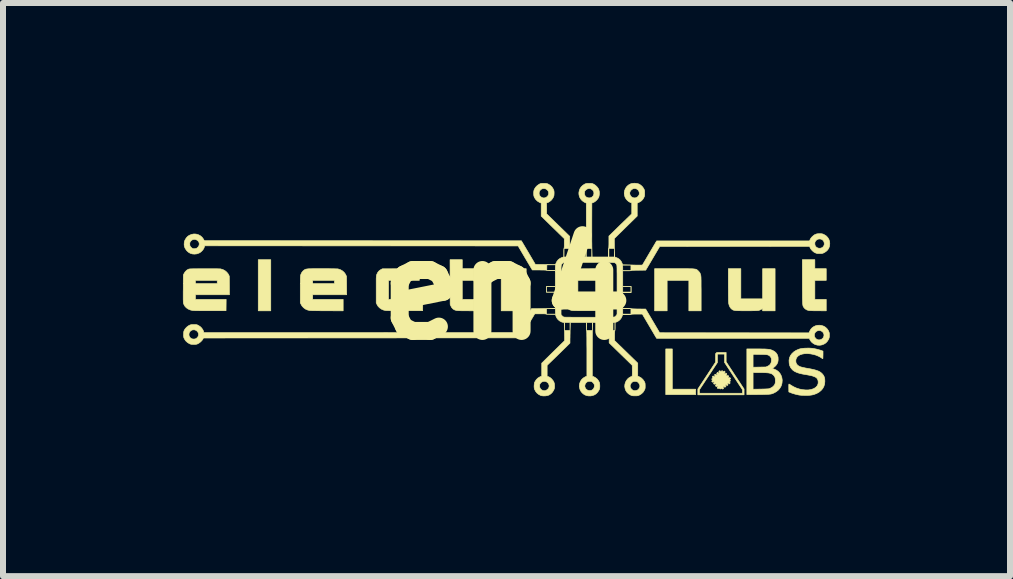
<source format=kicad_pcb>
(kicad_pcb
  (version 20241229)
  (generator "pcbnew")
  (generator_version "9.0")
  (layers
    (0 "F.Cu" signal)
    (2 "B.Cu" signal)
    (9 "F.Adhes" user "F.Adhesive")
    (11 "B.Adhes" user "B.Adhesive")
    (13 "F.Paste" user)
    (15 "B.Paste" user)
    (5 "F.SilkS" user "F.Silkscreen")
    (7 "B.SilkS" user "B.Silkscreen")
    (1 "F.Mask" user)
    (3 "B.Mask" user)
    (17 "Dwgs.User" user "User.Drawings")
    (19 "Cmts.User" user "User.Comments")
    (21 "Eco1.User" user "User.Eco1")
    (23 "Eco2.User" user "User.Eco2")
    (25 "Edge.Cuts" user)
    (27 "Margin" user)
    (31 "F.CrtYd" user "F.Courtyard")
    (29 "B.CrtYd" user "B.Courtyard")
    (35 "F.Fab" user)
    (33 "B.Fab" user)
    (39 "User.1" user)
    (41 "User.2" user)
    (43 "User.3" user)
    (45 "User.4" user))
  (footprint "en4"
    (layer "F.Cu")
    (at 5.393 1.779)
    (property "Reference" "en4" (at 0 0 0) (layer "F.SilkS") (effects (font (size 1.524 1.524) (thickness 0.3))))
    (attr through_hole)
    (fp_poly (pts (xy -3.928 0.354) (xy -4.137 0.354) (xy -4.137 -0.499) (xy -3.928 -0.499) (xy -3.928 0.354)) (stroke (width 0.01) (type solid)) (fill yes) (layer "F.SilkS"))
    (fp_poly (pts (xy 2.767 1.66) (xy 3.157 1.66) (xy 3.157 1.751) (xy 2.658 1.751) (xy 2.658 0.989) (xy 2.767 0.989) (xy 2.767 1.66)) (stroke (width 0.01) (type solid)) (fill yes) (layer "F.SilkS"))
    (fp_poly (pts (xy 0.122 -0.313) (xy 0.142 -0.325) (xy 0.158 -0.334) (xy 0.174 -0.341) (xy 0.192 -0.345) (xy 0.214 -0.348) (xy 0.242 -0.349) (xy 0.266 -0.349) (xy 0.331 -0.349) (xy 0.331 -0.154) (xy 0.122 -0.154) (xy 0.122 0.354) (xy -0.086 0.354) (xy -0.086 -0.349) (xy 0.122 -0.349) (xy 0.122 -0.313)) (stroke (width 0.01) (type solid)) (fill yes) (layer "F.SilkS"))
    (fp_poly (pts (xy -0.735 -0.349) (xy -0.54 -0.349) (xy -0.54 -0.154) (xy -0.735 -0.154) (xy -0.735 0.163) (xy -0.54 0.163) (xy -0.54 0.354) (xy -0.672 0.353) (xy -0.707 0.353) (xy -0.741 0.353) (xy -0.771 0.352) (xy -0.796 0.351) (xy -0.815 0.35) (xy -0.827 0.349) (xy -0.828 0.349) (xy -0.86 0.34) (xy -0.888 0.324) (xy -0.911 0.3) (xy -0.926 0.272) (xy -0.937 0.247) (xy -0.938 -0.126) (xy -0.939 -0.499) (xy -0.735 -0.499) (xy -0.735 -0.349)) (stroke (width 0.01) (type solid)) (fill yes) (layer "F.SilkS"))
    (fp_poly (pts (xy 5.144 -0.349) (xy 5.334 -0.349) (xy 5.334 -0.154) (xy 5.144 -0.154) (xy 5.144 0.163) (xy 5.334 0.163) (xy 5.334 0.354) (xy 5.201 0.353) (xy 5.166 0.353) (xy 5.133 0.353) (xy 5.103 0.352) (xy 5.078 0.351) (xy 5.059 0.35) (xy 5.047 0.349) (xy 5.046 0.349) (xy 5.013 0.34) (xy 4.985 0.323) (xy 4.969 0.308) (xy 4.964 0.301) (xy 4.959 0.295) (xy 4.955 0.29) (xy 4.951 0.283) (xy 4.948 0.275) (xy 4.945 0.266) (xy 4.943 0.253) (xy 4.941 0.238) (xy 4.94 0.219) (xy 4.939 0.196) (xy 4.938 0.168) (xy 4.937 0.135) (xy 4.937 0.095) (xy 4.937 0.049) (xy 4.936 -0.005) (xy 4.936 -0.067) (xy 4.936 -0.128) (xy 4.935 -0.499) (xy 5.144 -0.499) (xy 5.144 -0.349)) (stroke (width 0.01) (type solid)) (fill yes) (layer "F.SilkS"))
    (fp_poly (pts (xy 3.665 1.204) (xy 3.814 1.431) (xy 3.964 1.658) (xy 3.964 1.707) (xy 3.964 1.755) (xy 3.193 1.755) (xy 3.193 1.669) (xy 3.22 1.669) (xy 3.22 1.728) (xy 3.937 1.728) (xy 3.937 1.67) (xy 3.787 1.442) (xy 3.638 1.215) (xy 3.638 1.075) (xy 3.52 1.075) (xy 3.52 1.215) (xy 3.37 1.442) (xy 3.22 1.669) (xy 3.193 1.669) (xy 3.193 1.658) (xy 3.341 1.434) (xy 3.488 1.21) (xy 3.488 1.136) (xy 3.488 1.108) (xy 3.488 1.088) (xy 3.489 1.074) (xy 3.491 1.066) (xy 3.493 1.062) (xy 3.495 1.061) (xy 3.501 1.058) (xy 3.502 1.055) (xy 3.503 1.052) (xy 3.507 1.05) (xy 3.515 1.049) (xy 3.529 1.048) (xy 3.55 1.048) (xy 3.578 1.048) (xy 3.583 1.048) (xy 3.665 1.048) (xy 3.665 1.204)) (stroke (width 0.01) (type solid)) (fill yes) (layer "F.SilkS"))
    (fp_poly (pts (xy 2.923 -0.349) (xy 2.973 -0.349) (xy 3.015 -0.349) (xy 3.051 -0.348) (xy 3.081 -0.348) (xy 3.106 -0.347) (xy 3.126 -0.345) (xy 3.142 -0.343) (xy 3.156 -0.341) (xy 3.166 -0.338) (xy 3.174 -0.334) (xy 3.181 -0.329) (xy 3.188 -0.324) (xy 3.194 -0.318) (xy 3.201 -0.311) (xy 3.203 -0.309) (xy 3.218 -0.292) (xy 3.228 -0.278) (xy 3.235 -0.261) (xy 3.238 -0.252) (xy 3.24 -0.245) (xy 3.242 -0.239) (xy 3.243 -0.231) (xy 3.244 -0.223) (xy 3.245 -0.211) (xy 3.246 -0.197) (xy 3.246 -0.179) (xy 3.247 -0.157) (xy 3.247 -0.13) (xy 3.247 -0.096) (xy 3.247 -0.056) (xy 3.248 -0.008) (xy 3.248 0.047) (xy 3.248 0.066) (xy 3.248 0.354) (xy 3.043 0.354) (xy 3.043 -0.154) (xy 2.681 -0.154) (xy 2.681 0.354) (xy 2.472 0.354) (xy 2.472 -0.349) (xy 2.8 -0.349) (xy 2.866 -0.349) (xy 2.923 -0.349)) (stroke (width 0.01) (type solid)) (fill yes) (layer "F.SilkS"))
    (fp_poly (pts (xy -1.451 -0.154) (xy -1.964 -0.154) (xy -1.964 0.163) (xy -1.392 0.163) (xy -1.394 0.257) (xy -1.395 0.352) (xy -1.687 0.352) (xy -1.739 0.352) (xy -1.789 0.352) (xy -1.836 0.352) (xy -1.879 0.352) (xy -1.917 0.351) (xy -1.951 0.351) (xy -1.978 0.35) (xy -1.997 0.35) (xy -2.009 0.349) (xy -2.011 0.349) (xy -2.048 0.341) (xy -2.084 0.325) (xy -2.115 0.303) (xy -2.14 0.277) (xy -2.157 0.248) (xy -2.17 0.22) (xy -2.17 -0.002) (xy -2.17 -0.053) (xy -2.17 -0.095) (xy -2.17 -0.13) (xy -2.17 -0.159) (xy -2.17 -0.182) (xy -2.169 -0.2) (xy -2.168 -0.214) (xy -2.167 -0.225) (xy -2.166 -0.234) (xy -2.164 -0.241) (xy -2.162 -0.248) (xy -2.16 -0.255) (xy -2.16 -0.255) (xy -2.144 -0.287) (xy -2.121 -0.314) (xy -2.092 -0.334) (xy -2.089 -0.336) (xy -2.066 -0.347) (xy -1.759 -0.348) (xy -1.451 -0.349) (xy -1.451 -0.154)) (stroke (width 0.01) (type solid)) (fill yes) (layer "F.SilkS"))
    (fp_poly (pts (xy 3.91 0.154) (xy 4.273 0.154) (xy 4.273 -0.349) (xy 4.481 -0.349) (xy 4.481 0.354) (xy 4.273 0.354) (xy 4.273 0.336) (xy 4.272 0.324) (xy 4.271 0.318) (xy 4.271 0.318) (xy 4.266 0.32) (xy 4.256 0.325) (xy 4.247 0.331) (xy 4.226 0.341) (xy 4.202 0.349) (xy 4.198 0.349) (xy 4.186 0.35) (xy 4.168 0.351) (xy 4.142 0.352) (xy 4.112 0.352) (xy 4.077 0.353) (xy 4.041 0.353) (xy 4.003 0.353) (xy 3.965 0.353) (xy 3.929 0.353) (xy 3.895 0.352) (xy 3.866 0.352) (xy 3.842 0.351) (xy 3.824 0.35) (xy 3.817 0.349) (xy 3.794 0.345) (xy 3.776 0.338) (xy 3.76 0.327) (xy 3.749 0.318) (xy 3.73 0.294) (xy 3.716 0.265) (xy 3.707 0.23) (xy 3.706 0.221) (xy 3.705 0.211) (xy 3.704 0.192) (xy 3.703 0.166) (xy 3.703 0.134) (xy 3.702 0.096) (xy 3.702 0.054) (xy 3.702 0.009) (xy 3.701 -0.04) (xy 3.701 -0.081) (xy 3.701 -0.349) (xy 3.91 -0.349) (xy 3.91 0.154)) (stroke (width 0.01) (type solid)) (fill yes) (layer "F.SilkS"))
    (fp_poly (pts (xy -3.02 -0.349) (xy -2.972 -0.349) (xy -2.928 -0.348) (xy -2.89 -0.348) (xy -2.858 -0.347) (xy -2.833 -0.346) (xy -2.816 -0.346) (xy -2.807 -0.345) (xy -2.769 -0.333) (xy -2.735 -0.314) (xy -2.706 -0.289) (xy -2.683 -0.258) (xy -2.677 -0.246) (xy -2.665 -0.22) (xy -2.662 0.086) (xy -3.229 0.086) (xy -3.229 0.163) (xy -2.721 0.163) (xy -2.721 0.354) (xy -2.983 0.353) (xy -3.032 0.353) (xy -3.079 0.353) (xy -3.124 0.352) (xy -3.164 0.352) (xy -3.2 0.351) (xy -3.23 0.351) (xy -3.254 0.35) (xy -3.27 0.349) (xy -3.276 0.349) (xy -3.315 0.34) (xy -3.351 0.324) (xy -3.382 0.301) (xy -3.408 0.272) (xy -3.421 0.25) (xy -3.436 0.22) (xy -3.436 -0.002) (xy -3.436 -0.054) (xy -3.436 -0.097) (xy -3.435 -0.133) (xy -3.435 -0.154) (xy -3.229 -0.154) (xy -3.229 -0.1) (xy -2.867 -0.1) (xy -2.867 -0.154) (xy -3.229 -0.154) (xy -3.435 -0.154) (xy -3.435 -0.162) (xy -3.435 -0.186) (xy -3.434 -0.204) (xy -3.433 -0.219) (xy -3.432 -0.23) (xy -3.431 -0.239) (xy -3.429 -0.246) (xy -3.428 -0.249) (xy -3.414 -0.281) (xy -3.394 -0.307) (xy -3.375 -0.324) (xy -3.367 -0.329) (xy -3.36 -0.334) (xy -3.352 -0.338) (xy -3.343 -0.341) (xy -3.331 -0.343) (xy -3.317 -0.345) (xy -3.3 -0.347) (xy -3.278 -0.348) (xy -3.251 -0.348) (xy -3.218 -0.349) (xy -3.179 -0.349) (xy -3.132 -0.349) (xy -3.076 -0.349) (xy -3.073 -0.349) (xy -3.02 -0.349)) (stroke (width 0.01) (type solid)) (fill yes) (layer "F.SilkS"))
    (fp_poly (pts (xy -4.879 -0.348) (xy -4.84 -0.348) (xy -4.808 -0.347) (xy -4.784 -0.346) (xy -4.768 -0.346) (xy -4.764 -0.345) (xy -4.726 -0.334) (xy -4.692 -0.316) (xy -4.663 -0.292) (xy -4.64 -0.264) (xy -4.632 -0.25) (xy -4.62 -0.225) (xy -4.618 -0.069) (xy -4.617 0.086) (xy -5.184 0.086) (xy -5.184 0.163) (xy -4.672 0.163) (xy -4.673 0.257) (xy -4.674 0.352) (xy -4.937 0.352) (xy -4.986 0.352) (xy -5.033 0.352) (xy -5.077 0.352) (xy -5.117 0.352) (xy -5.152 0.351) (xy -5.182 0.351) (xy -5.205 0.35) (xy -5.221 0.349) (xy -5.227 0.349) (xy -5.268 0.34) (xy -5.305 0.324) (xy -5.336 0.303) (xy -5.361 0.276) (xy -5.378 0.245) (xy -5.379 0.241) (xy -5.382 0.235) (xy -5.383 0.229) (xy -5.385 0.222) (xy -5.386 0.214) (xy -5.387 0.202) (xy -5.387 0.187) (xy -5.388 0.168) (xy -5.388 0.144) (xy -5.388 0.114) (xy -5.388 0.077) (xy -5.388 0.032) (xy -5.387 -0.013) (xy -5.387 -0.154) (xy -5.184 -0.154) (xy -5.184 -0.1) (xy -4.821 -0.1) (xy -4.821 -0.154) (xy -5.184 -0.154) (xy -5.387 -0.154) (xy -5.386 -0.243) (xy -5.374 -0.268) (xy -5.355 -0.298) (xy -5.33 -0.323) (xy -5.307 -0.337) (xy -5.303 -0.339) (xy -5.298 -0.341) (xy -5.293 -0.342) (xy -5.286 -0.344) (xy -5.276 -0.345) (xy -5.264 -0.346) (xy -5.248 -0.346) (xy -5.227 -0.347) (xy -5.201 -0.347) (xy -5.168 -0.347) (xy -5.129 -0.348) (xy -5.082 -0.348) (xy -5.038 -0.348) (xy -4.978 -0.348) (xy -4.925 -0.348) (xy -4.879 -0.348)) (stroke (width 0.01) (type solid)) (fill yes) (layer "F.SilkS"))
    (fp_poly (pts (xy 1.562 -0.349) (xy 1.589 -0.348) (xy 1.611 -0.348) (xy 1.628 -0.347) (xy 1.642 -0.346) (xy 1.652 -0.345) (xy 1.66 -0.344) (xy 1.667 -0.343) (xy 1.668 -0.342) (xy 1.695 -0.33) (xy 1.719 -0.31) (xy 1.739 -0.284) (xy 1.745 -0.273) (xy 1.758 -0.247) (xy 1.759 -0.015) (xy 1.759 0.036) (xy 1.759 0.08) (xy 1.759 0.116) (xy 1.759 0.146) (xy 1.759 0.17) (xy 1.759 0.188) (xy 1.758 0.203) (xy 1.757 0.214) (xy 1.756 0.223) (xy 1.755 0.23) (xy 1.753 0.236) (xy 1.751 0.241) (xy 1.734 0.273) (xy 1.71 0.3) (xy 1.679 0.323) (xy 1.641 0.34) (xy 1.636 0.342) (xy 1.63 0.344) (xy 1.623 0.345) (xy 1.616 0.347) (xy 1.606 0.348) (xy 1.595 0.349) (xy 1.579 0.35) (xy 1.56 0.35) (xy 1.536 0.351) (xy 1.506 0.351) (xy 1.47 0.352) (xy 1.426 0.352) (xy 1.375 0.352) (xy 1.363 0.352) (xy 1.316 0.352) (xy 1.271 0.352) (xy 1.229 0.352) (xy 1.191 0.352) (xy 1.158 0.351) (xy 1.13 0.351) (xy 1.11 0.35) (xy 1.097 0.349) (xy 1.094 0.349) (xy 1.061 0.339) (xy 1.033 0.322) (xy 1.011 0.298) (xy 0.996 0.268) (xy 0.995 0.266) (xy 0.993 0.26) (xy 0.992 0.253) (xy 0.99 0.245) (xy 0.989 0.234) (xy 0.988 0.22) (xy 0.987 0.202) (xy 0.987 0.178) (xy 0.986 0.149) (xy 0.986 0.114) (xy 0.986 0.07) (xy 0.985 0.026) (xy 0.985 -0.029) (xy 0.985 -0.075) (xy 0.985 -0.113) (xy 0.985 -0.146) (xy 0.986 -0.154) (xy 1.193 -0.154) (xy 1.193 0.163) (xy 1.556 0.163) (xy 1.556 -0.154) (xy 1.193 -0.154) (xy 0.986 -0.154) (xy 0.986 -0.172) (xy 0.988 -0.194) (xy 0.99 -0.211) (xy 0.992 -0.225) (xy 0.996 -0.237) (xy 1 -0.248) (xy 1.005 -0.257) (xy 1.012 -0.267) (xy 1.015 -0.272) (xy 1.036 -0.296) (xy 1.063 -0.317) (xy 1.093 -0.334) (xy 1.104 -0.339) (xy 1.11 -0.34) (xy 1.116 -0.342) (xy 1.124 -0.343) (xy 1.135 -0.344) (xy 1.148 -0.345) (xy 1.166 -0.346) (xy 1.188 -0.346) (xy 1.215 -0.347) (xy 1.249 -0.347) (xy 1.289 -0.348) (xy 1.338 -0.348) (xy 1.385 -0.348) (xy 1.441 -0.349) (xy 1.489 -0.349) (xy 1.529 -0.349) (xy 1.562 -0.349)) (stroke (width 0.01) (type solid)) (fill yes) (layer "F.SilkS"))
    (fp_poly (pts (xy 4.176 0.989) (xy 4.227 0.989) (xy 4.27 0.99) (xy 4.306 0.99) (xy 4.335 0.992) (xy 4.36 0.994) (xy 4.381 0.996) (xy 4.398 0.999) (xy 4.413 1.004) (xy 4.428 1.009) (xy 4.442 1.015) (xy 4.442 1.015) (xy 4.475 1.034) (xy 4.5 1.058) (xy 4.518 1.086) (xy 4.529 1.119) (xy 4.531 1.132) (xy 4.532 1.173) (xy 4.527 1.209) (xy 4.513 1.24) (xy 4.492 1.269) (xy 4.463 1.295) (xy 4.463 1.295) (xy 4.45 1.305) (xy 4.442 1.312) (xy 4.439 1.316) (xy 4.439 1.317) (xy 4.445 1.319) (xy 4.457 1.323) (xy 4.467 1.326) (xy 4.504 1.343) (xy 4.536 1.367) (xy 4.562 1.396) (xy 4.581 1.43) (xy 4.594 1.468) (xy 4.6 1.509) (xy 4.597 1.553) (xy 4.594 1.57) (xy 4.582 1.608) (xy 4.561 1.644) (xy 4.534 1.676) (xy 4.501 1.702) (xy 4.476 1.716) (xy 4.461 1.724) (xy 4.447 1.73) (xy 4.434 1.735) (xy 4.421 1.739) (xy 4.406 1.742) (xy 4.389 1.744) (xy 4.369 1.746) (xy 4.344 1.747) (xy 4.314 1.748) (xy 4.278 1.749) (xy 4.234 1.749) (xy 4.199 1.75) (xy 4.01 1.751) (xy 4.01 1.661) (xy 4.114 1.661) (xy 4.24 1.659) (xy 4.279 1.658) (xy 4.311 1.657) (xy 4.336 1.656) (xy 4.355 1.655) (xy 4.37 1.654) (xy 4.381 1.652) (xy 4.389 1.649) (xy 4.419 1.636) (xy 4.445 1.618) (xy 4.466 1.596) (xy 4.47 1.59) (xy 4.477 1.577) (xy 4.481 1.566) (xy 4.484 1.552) (xy 4.485 1.533) (xy 4.485 1.529) (xy 4.485 1.498) (xy 4.482 1.474) (xy 4.475 1.454) (xy 4.463 1.437) (xy 4.458 1.431) (xy 4.446 1.419) (xy 4.432 1.409) (xy 4.417 1.401) (xy 4.398 1.395) (xy 4.375 1.39) (xy 4.347 1.387) (xy 4.312 1.385) (xy 4.271 1.384) (xy 4.222 1.384) (xy 4.222 1.384) (xy 4.114 1.383) (xy 4.114 1.661) (xy 4.01 1.661) (xy 4.01 1.294) (xy 4.114 1.294) (xy 4.222 1.292) (xy 4.329 1.29) (xy 4.36 1.276) (xy 4.384 1.262) (xy 4.401 1.244) (xy 4.413 1.222) (xy 4.418 1.2) (xy 4.421 1.169) (xy 4.416 1.141) (xy 4.403 1.118) (xy 4.383 1.1) (xy 4.363 1.09) (xy 4.355 1.088) (xy 4.345 1.086) (xy 4.332 1.084) (xy 4.314 1.083) (xy 4.29 1.082) (xy 4.26 1.081) (xy 4.228 1.081) (xy 4.114 1.079) (xy 4.114 1.294) (xy 4.01 1.294) (xy 4.01 0.989) (xy 4.176 0.989)) (stroke (width 0.01) (type solid)) (fill yes) (layer "F.SilkS"))
    (fp_poly (pts (xy 5.077 0.977) (xy 5.105 0.979) (xy 5.139 0.985) (xy 5.176 0.993) (xy 5.213 1.003) (xy 5.246 1.013) (xy 5.254 1.016) (xy 5.28 1.026) (xy 5.28 1.089) (xy 5.279 1.112) (xy 5.279 1.131) (xy 5.278 1.145) (xy 5.277 1.152) (xy 5.277 1.152) (xy 5.272 1.15) (xy 5.262 1.144) (xy 5.248 1.135) (xy 5.248 1.134) (xy 5.208 1.112) (xy 5.163 1.093) (xy 5.117 1.08) (xy 5.069 1.071) (xy 5.022 1.067) (xy 4.976 1.068) (xy 4.935 1.075) (xy 4.898 1.087) (xy 4.891 1.09) (xy 4.863 1.109) (xy 4.842 1.132) (xy 4.83 1.159) (xy 4.826 1.189) (xy 4.83 1.219) (xy 4.842 1.244) (xy 4.862 1.265) (xy 4.889 1.281) (xy 4.904 1.287) (xy 4.918 1.291) (xy 4.938 1.296) (xy 4.964 1.302) (xy 4.992 1.308) (xy 5.021 1.313) (xy 5.072 1.322) (xy 5.114 1.331) (xy 5.15 1.34) (xy 5.18 1.35) (xy 5.205 1.359) (xy 5.226 1.37) (xy 5.244 1.382) (xy 5.26 1.397) (xy 5.267 1.403) (xy 5.287 1.428) (xy 5.301 1.456) (xy 5.309 1.489) (xy 5.311 1.528) (xy 5.311 1.529) (xy 5.307 1.573) (xy 5.295 1.613) (xy 5.275 1.65) (xy 5.247 1.682) (xy 5.213 1.71) (xy 5.172 1.733) (xy 5.125 1.75) (xy 5.096 1.757) (xy 5.075 1.76) (xy 5.047 1.763) (xy 5.015 1.764) (xy 4.981 1.764) (xy 4.947 1.763) (xy 4.916 1.762) (xy 4.889 1.759) (xy 4.88 1.758) (xy 4.847 1.751) (xy 4.811 1.742) (xy 4.775 1.731) (xy 4.743 1.72) (xy 4.738 1.717) (xy 4.71 1.706) (xy 4.709 1.64) (xy 4.709 1.611) (xy 4.709 1.591) (xy 4.711 1.578) (xy 4.712 1.574) (xy 4.718 1.576) (xy 4.729 1.583) (xy 4.743 1.592) (xy 4.746 1.594) (xy 4.79 1.62) (xy 4.838 1.642) (xy 4.888 1.658) (xy 4.938 1.668) (xy 4.988 1.673) (xy 5.036 1.673) (xy 5.08 1.666) (xy 5.12 1.653) (xy 5.136 1.645) (xy 5.164 1.625) (xy 5.184 1.602) (xy 5.197 1.574) (xy 5.2 1.544) (xy 5.198 1.521) (xy 5.192 1.502) (xy 5.184 1.486) (xy 5.172 1.472) (xy 5.155 1.46) (xy 5.132 1.45) (xy 5.104 1.44) (xy 5.068 1.431) (xy 5.025 1.423) (xy 4.992 1.417) (xy 4.939 1.408) (xy 4.895 1.398) (xy 4.858 1.387) (xy 4.827 1.374) (xy 4.8 1.36) (xy 4.778 1.344) (xy 4.766 1.332) (xy 4.742 1.303) (xy 4.725 1.268) (xy 4.716 1.228) (xy 4.714 1.185) (xy 4.714 1.175) (xy 4.722 1.135) (xy 4.738 1.099) (xy 4.762 1.067) (xy 4.793 1.038) (xy 4.832 1.013) (xy 4.878 0.993) (xy 4.892 0.989) (xy 4.913 0.984) (xy 4.941 0.98) (xy 4.974 0.977) (xy 5.009 0.976) (xy 5.044 0.975) (xy 5.077 0.977)) (stroke (width 0.01) (type solid)) (fill yes) (layer "F.SilkS"))
    (fp_poly (pts (xy 3.606 1.36) (xy 3.613 1.367) (xy 3.619 1.368) (xy 3.626 1.364) (xy 3.634 1.359) (xy 3.64 1.36) (xy 3.644 1.366) (xy 3.648 1.374) (xy 3.647 1.38) (xy 3.642 1.386) (xy 3.636 1.394) (xy 3.637 1.399) (xy 3.639 1.4) (xy 3.646 1.403) (xy 3.653 1.399) (xy 3.663 1.393) (xy 3.669 1.395) (xy 3.674 1.402) (xy 3.677 1.411) (xy 3.672 1.419) (xy 3.671 1.42) (xy 3.666 1.428) (xy 3.668 1.434) (xy 3.669 1.435) (xy 3.674 1.44) (xy 3.681 1.438) (xy 3.685 1.435) (xy 3.693 1.431) (xy 3.699 1.434) (xy 3.703 1.438) (xy 3.709 1.445) (xy 3.708 1.45) (xy 3.703 1.456) (xy 3.698 1.464) (xy 3.7 1.47) (xy 3.7 1.471) (xy 3.707 1.474) (xy 3.715 1.47) (xy 3.715 1.47) (xy 3.724 1.467) (xy 3.73 1.47) (xy 3.734 1.473) (xy 3.739 1.48) (xy 3.739 1.484) (xy 3.733 1.49) (xy 3.727 1.496) (xy 3.728 1.502) (xy 3.731 1.509) (xy 3.736 1.517) (xy 3.735 1.523) (xy 3.729 1.53) (xy 3.723 1.538) (xy 3.723 1.543) (xy 3.727 1.548) (xy 3.732 1.554) (xy 3.731 1.559) (xy 3.726 1.565) (xy 3.718 1.574) (xy 3.708 1.565) (xy 3.7 1.559) (xy 3.694 1.559) (xy 3.69 1.562) (xy 3.685 1.567) (xy 3.687 1.571) (xy 3.689 1.574) (xy 3.696 1.583) (xy 3.694 1.592) (xy 3.687 1.597) (xy 3.679 1.6) (xy 3.672 1.596) (xy 3.67 1.592) (xy 3.664 1.586) (xy 3.659 1.586) (xy 3.656 1.589) (xy 3.652 1.596) (xy 3.656 1.603) (xy 3.657 1.605) (xy 3.662 1.612) (xy 3.66 1.617) (xy 3.657 1.621) (xy 3.647 1.627) (xy 3.64 1.627) (xy 3.632 1.621) (xy 3.625 1.616) (xy 3.618 1.618) (xy 3.617 1.619) (xy 3.613 1.625) (xy 3.615 1.63) (xy 3.617 1.633) (xy 3.623 1.642) (xy 3.621 1.649) (xy 3.614 1.655) (xy 3.606 1.658) (xy 3.601 1.656) (xy 3.597 1.651) (xy 3.59 1.644) (xy 3.586 1.646) (xy 3.576 1.655) (xy 3.565 1.656) (xy 3.557 1.65) (xy 3.55 1.644) (xy 3.543 1.645) (xy 3.539 1.647) (xy 3.53 1.65) (xy 3.523 1.647) (xy 3.522 1.647) (xy 3.516 1.638) (xy 3.517 1.63) (xy 3.522 1.625) (xy 3.528 1.621) (xy 3.527 1.614) (xy 3.525 1.611) (xy 3.521 1.607) (xy 3.514 1.609) (xy 3.51 1.612) (xy 3.501 1.617) (xy 3.496 1.615) (xy 3.491 1.609) (xy 3.487 1.6) (xy 3.488 1.594) (xy 3.493 1.589) (xy 3.499 1.583) (xy 3.498 1.577) (xy 3.496 1.575) (xy 3.489 1.571) (xy 3.481 1.573) (xy 3.477 1.574) (xy 3.468 1.578) (xy 3.462 1.575) (xy 3.459 1.571) (xy 3.455 1.564) (xy 3.457 1.558) (xy 3.461 1.553) (xy 3.466 1.544) (xy 3.465 1.538) (xy 3.457 1.537) (xy 3.45 1.54) (xy 3.442 1.544) (xy 3.436 1.542) (xy 3.431 1.537) (xy 3.425 1.53) (xy 3.426 1.525) (xy 3.432 1.52) (xy 3.442 1.512) (xy 3.432 1.502) (xy 3.422 1.492) (xy 3.435 1.481) (xy 3.443 1.474) (xy 3.444 1.469) (xy 3.441 1.465) (xy 3.434 1.457) (xy 3.437 1.448) (xy 3.443 1.443) (xy 3.451 1.44) (xy 3.457 1.443) (xy 3.459 1.447) (xy 3.465 1.453) (xy 3.47 1.453) (xy 3.475 1.449) (xy 3.481 1.442) (xy 3.48 1.437) (xy 3.476 1.433) (xy 3.471 1.425) (xy 3.473 1.419) (xy 3.474 1.417) (xy 3.482 1.411) (xy 3.491 1.413) (xy 3.498 1.418) (xy 3.505 1.423) (xy 3.512 1.421) (xy 3.513 1.42) (xy 3.517 1.415) (xy 3.515 1.409) (xy 3.512 1.405) (xy 3.507 1.399) (xy 3.508 1.394) (xy 3.515 1.387) (xy 3.525 1.377) (xy 3.533 1.387) (xy 3.539 1.394) (xy 3.543 1.394) (xy 3.546 1.391) (xy 3.55 1.384) (xy 3.546 1.375) (xy 3.543 1.366) (xy 3.546 1.359) (xy 3.547 1.359) (xy 3.556 1.352) (xy 3.565 1.355) (xy 3.571 1.361) (xy 3.575 1.366) (xy 3.579 1.366) (xy 3.586 1.36) (xy 3.587 1.359) (xy 3.598 1.349) (xy 3.606 1.36)) (stroke (width 0.01) (type solid)) (fill yes) (layer "F.SilkS"))
    (fp_poly (pts (xy 2.168 -1.771) (xy 2.198 -1.765) (xy 2.214 -1.759) (xy 2.242 -1.741) (xy 2.268 -1.717) (xy 2.288 -1.689) (xy 2.294 -1.678) (xy 2.3 -1.665) (xy 2.304 -1.654) (xy 2.306 -1.64) (xy 2.306 -1.622) (xy 2.306 -1.608) (xy 2.306 -1.586) (xy 2.305 -1.571) (xy 2.303 -1.558) (xy 2.298 -1.546) (xy 2.292 -1.532) (xy 2.273 -1.502) (xy 2.249 -1.478) (xy 2.219 -1.459) (xy 2.211 -1.455) (xy 2.182 -1.442) (xy 2.182 -1.226) (xy 1.991 -1.039) (xy 1.801 -0.852) (xy 1.801 -0.781) (xy 1.802 -0.751) (xy 1.802 -0.715) (xy 1.803 -0.678) (xy 1.804 -0.642) (xy 1.805 -0.627) (xy 1.807 -0.544) (xy 1.831 -0.536) (xy 1.865 -0.52) (xy 1.894 -0.497) (xy 1.916 -0.469) (xy 1.931 -0.437) (xy 1.938 -0.414) (xy 2.084 -0.411) (xy 2.12 -0.41) (xy 2.154 -0.409) (xy 2.185 -0.409) (xy 2.212 -0.409) (xy 2.232 -0.409) (xy 2.246 -0.409) (xy 2.249 -0.409) (xy 2.269 -0.41) (xy 2.387 -0.611) (xy 2.48 -0.768) (xy 5.144 -0.768) (xy 5.146 -0.743) (xy 5.155 -0.723) (xy 5.171 -0.706) (xy 5.172 -0.706) (xy 5.195 -0.693) (xy 5.221 -0.689) (xy 5.246 -0.692) (xy 5.27 -0.703) (xy 5.273 -0.705) (xy 5.29 -0.724) (xy 5.3 -0.747) (xy 5.301 -0.774) (xy 5.295 -0.798) (xy 5.283 -0.818) (xy 5.266 -0.833) (xy 5.245 -0.842) (xy 5.223 -0.845) (xy 5.2 -0.842) (xy 5.178 -0.832) (xy 5.16 -0.815) (xy 5.157 -0.81) (xy 5.148 -0.796) (xy 5.144 -0.783) (xy 5.144 -0.768) (xy 2.48 -0.768) (xy 2.506 -0.812) (xy 5.056 -0.812) (xy 5.064 -0.833) (xy 5.076 -0.855) (xy 5.094 -0.877) (xy 5.117 -0.898) (xy 5.14 -0.915) (xy 5.149 -0.919) (xy 5.164 -0.925) (xy 5.176 -0.929) (xy 5.19 -0.931) (xy 5.208 -0.932) (xy 5.223 -0.932) (xy 5.245 -0.932) (xy 5.26 -0.931) (xy 5.273 -0.928) (xy 5.285 -0.924) (xy 5.299 -0.917) (xy 5.333 -0.896) (xy 5.359 -0.869) (xy 5.378 -0.838) (xy 5.39 -0.802) (xy 5.393 -0.767) (xy 5.389 -0.727) (xy 5.377 -0.692) (xy 5.357 -0.661) (xy 5.329 -0.635) (xy 5.299 -0.616) (xy 5.284 -0.609) (xy 5.272 -0.605) (xy 5.259 -0.602) (xy 5.243 -0.601) (xy 5.223 -0.601) (xy 5.201 -0.601) (xy 5.185 -0.602) (xy 5.172 -0.605) (xy 5.159 -0.61) (xy 5.149 -0.614) (xy 5.125 -0.628) (xy 5.102 -0.648) (xy 5.082 -0.67) (xy 5.067 -0.693) (xy 5.064 -0.701) (xy 5.056 -0.721) (xy 3.807 -0.72) (xy 2.557 -0.719) (xy 2.441 -0.522) (xy 2.324 -0.324) (xy 2.203 -0.323) (xy 2.165 -0.323) (xy 2.133 -0.322) (xy 2.109 -0.321) (xy 2.092 -0.32) (xy 2.083 -0.318) (xy 2.082 -0.317) (xy 2.078 -0.316) (xy 2.065 -0.314) (xy 2.045 -0.313) (xy 2.019 -0.313) (xy 2.012 -0.313) (xy 1.941 -0.313) (xy 1.941 -0.054) (xy 2.082 -0.054) (xy 2.082 0.05) (xy 1.941 0.05) (xy 1.941 0.313) (xy 2.012 0.313) (xy 2.039 0.313) (xy 2.061 0.314) (xy 2.075 0.315) (xy 2.082 0.317) (xy 2.082 0.317) (xy 2.086 0.319) (xy 2.099 0.32) (xy 2.12 0.321) (xy 2.148 0.322) (xy 2.183 0.323) (xy 2.203 0.323) (xy 2.323 0.324) (xy 2.44 0.522) (xy 2.556 0.719) (xy 3.801 0.72) (xy 5.046 0.721) (xy 5.057 0.695) (xy 5.076 0.662) (xy 5.099 0.636) (xy 5.128 0.616) (xy 5.159 0.602) (xy 5.192 0.595) (xy 5.226 0.594) (xy 5.26 0.599) (xy 5.292 0.61) (xy 5.322 0.628) (xy 5.348 0.653) (xy 5.369 0.683) (xy 5.374 0.693) (xy 5.38 0.708) (xy 5.384 0.721) (xy 5.386 0.737) (xy 5.386 0.759) (xy 5.386 0.76) (xy 5.386 0.781) (xy 5.384 0.797) (xy 5.38 0.811) (xy 5.374 0.827) (xy 5.373 0.829) (xy 5.353 0.861) (xy 5.328 0.888) (xy 5.297 0.908) (xy 5.262 0.922) (xy 5.226 0.928) (xy 5.188 0.926) (xy 5.182 0.925) (xy 5.145 0.914) (xy 5.113 0.895) (xy 5.085 0.871) (xy 5.065 0.842) (xy 5.061 0.835) (xy 5.051 0.812) (xy 3.778 0.812) (xy 2.505 0.812) (xy 2.473 0.758) (xy 5.135 0.758) (xy 5.139 0.782) (xy 5.143 0.793) (xy 5.159 0.815) (xy 5.179 0.83) (xy 5.202 0.838) (xy 5.227 0.838) (xy 5.251 0.83) (xy 5.254 0.829) (xy 5.276 0.812) (xy 5.289 0.792) (xy 5.296 0.769) (xy 5.295 0.745) (xy 5.286 0.722) (xy 5.273 0.705) (xy 5.251 0.69) (xy 5.227 0.682) (xy 5.201 0.683) (xy 5.176 0.692) (xy 5.17 0.696) (xy 5.151 0.713) (xy 5.14 0.735) (xy 5.135 0.758) (xy 2.473 0.758) (xy 2.386 0.61) (xy 2.267 0.408) (xy 2.174 0.408) (xy 2.141 0.408) (xy 2.114 0.409) (xy 2.095 0.41) (xy 2.084 0.412) (xy 2.082 0.413) (xy 2.077 0.415) (xy 2.065 0.416) (xy 2.044 0.417) (xy 2.017 0.417) (xy 2.01 0.417) (xy 1.938 0.417) (xy 1.931 0.442) (xy 1.917 0.472) (xy 1.897 0.499) (xy 1.872 0.521) (xy 1.844 0.537) (xy 1.834 0.541) (xy 1.814 0.546) (xy 1.814 0.616) (xy 1.814 0.644) (xy 1.813 0.665) (xy 1.812 0.679) (xy 1.81 0.685) (xy 1.81 0.685) (xy 1.808 0.689) (xy 1.807 0.702) (xy 1.806 0.723) (xy 1.805 0.751) (xy 1.805 0.768) (xy 1.805 0.85) (xy 2.191 1.226) (xy 2.191 1.442) (xy 2.219 1.455) (xy 2.251 1.474) (xy 2.278 1.5) (xy 2.299 1.53) (xy 2.303 1.537) (xy 2.309 1.55) (xy 2.313 1.563) (xy 2.314 1.577) (xy 2.315 1.596) (xy 2.315 1.606) (xy 2.315 1.628) (xy 2.314 1.643) (xy 2.311 1.656) (xy 2.306 1.67) (xy 2.303 1.674) (xy 2.283 1.708) (xy 2.255 1.736) (xy 2.223 1.756) (xy 2.209 1.763) (xy 2.197 1.767) (xy 2.185 1.77) (xy 2.17 1.771) (xy 2.149 1.771) (xy 2.145 1.771) (xy 2.123 1.771) (xy 2.106 1.77) (xy 2.094 1.767) (xy 2.082 1.763) (xy 2.072 1.759) (xy 2.039 1.739) (xy 2.012 1.714) (xy 1.992 1.684) (xy 1.98 1.652) (xy 1.974 1.618) (xy 1.974 1.608) (xy 2.064 1.608) (xy 2.068 1.629) (xy 2.079 1.65) (xy 2.096 1.668) (xy 2.116 1.681) (xy 2.122 1.683) (xy 2.141 1.686) (xy 2.163 1.683) (xy 2.184 1.676) (xy 2.191 1.672) (xy 2.206 1.658) (xy 2.218 1.64) (xy 2.225 1.62) (xy 2.227 1.608) (xy 2.223 1.587) (xy 2.213 1.567) (xy 2.198 1.549) (xy 2.193 1.544) (xy 2.182 1.537) (xy 2.171 1.533) (xy 2.158 1.531) (xy 2.145 1.531) (xy 2.128 1.531) (xy 2.116 1.534) (xy 2.105 1.539) (xy 2.098 1.544) (xy 2.082 1.56) (xy 2.071 1.58) (xy 2.064 1.601) (xy 2.064 1.608) (xy 1.974 1.608) (xy 1.976 1.583) (xy 1.985 1.548) (xy 2.002 1.515) (xy 2.027 1.485) (xy 2.029 1.483) (xy 2.041 1.473) (xy 2.057 1.463) (xy 2.073 1.454) (xy 2.086 1.448) (xy 2.093 1.447) (xy 2.095 1.446) (xy 2.097 1.442) (xy 2.098 1.435) (xy 2.099 1.422) (xy 2.1 1.403) (xy 2.1 1.377) (xy 2.1 1.355) (xy 2.099 1.263) (xy 1.907 1.076) (xy 1.714 0.888) (xy 1.714 0.821) (xy 1.714 0.796) (xy 1.714 0.764) (xy 1.713 0.728) (xy 1.713 0.691) (xy 1.712 0.656) (xy 1.712 0.652) (xy 1.709 0.549) (xy 1.714 0.549) (xy 1.714 0.68) (xy 1.81 0.68) (xy 1.81 0.549) (xy 1.714 0.549) (xy 1.709 0.549) (xy 1.439 0.549) (xy 1.436 0.652) (xy 1.436 0.673) (xy 1.435 0.703) (xy 1.435 0.74) (xy 1.434 0.783) (xy 1.434 0.831) (xy 1.434 0.883) (xy 1.434 0.938) (xy 1.433 0.995) (xy 1.433 1.053) (xy 1.433 1.098) (xy 1.433 1.443) (xy 1.446 1.447) (xy 1.483 1.466) (xy 1.513 1.49) (xy 1.537 1.52) (xy 1.546 1.537) (xy 1.552 1.551) (xy 1.555 1.563) (xy 1.557 1.578) (xy 1.558 1.598) (xy 1.558 1.606) (xy 1.558 1.627) (xy 1.556 1.642) (xy 1.554 1.655) (xy 1.549 1.668) (xy 1.543 1.679) (xy 1.522 1.712) (xy 1.495 1.739) (xy 1.463 1.758) (xy 1.427 1.769) (xy 1.401 1.773) (xy 1.365 1.772) (xy 1.335 1.766) (xy 1.306 1.754) (xy 1.293 1.746) (xy 1.264 1.722) (xy 1.242 1.694) (xy 1.227 1.663) (xy 1.219 1.63) (xy 1.218 1.61) (xy 1.308 1.61) (xy 1.31 1.624) (xy 1.322 1.649) (xy 1.339 1.668) (xy 1.361 1.679) (xy 1.386 1.684) (xy 1.413 1.681) (xy 1.428 1.675) (xy 1.446 1.662) (xy 1.459 1.643) (xy 1.467 1.62) (xy 1.468 1.596) (xy 1.468 1.59) (xy 1.461 1.573) (xy 1.449 1.556) (xy 1.434 1.542) (xy 1.424 1.535) (xy 1.407 1.53) (xy 1.386 1.529) (xy 1.365 1.531) (xy 1.355 1.535) (xy 1.335 1.547) (xy 1.32 1.566) (xy 1.311 1.587) (xy 1.308 1.61) (xy 1.218 1.61) (xy 1.217 1.596) (xy 1.223 1.562) (xy 1.235 1.531) (xy 1.254 1.501) (xy 1.28 1.476) (xy 1.312 1.456) (xy 1.314 1.455) (xy 1.343 1.442) (xy 1.343 1.063) (xy 1.343 0.987) (xy 1.342 0.918) (xy 1.342 0.859) (xy 1.342 0.808) (xy 1.341 0.766) (xy 1.341 0.732) (xy 1.34 0.708) (xy 1.339 0.692) (xy 1.338 0.685) (xy 1.338 0.685) (xy 1.336 0.68) (xy 1.335 0.668) (xy 1.334 0.648) (xy 1.334 0.621) (xy 1.333 0.617) (xy 1.333 0.549) (xy 1.338 0.549) (xy 1.338 0.68) (xy 1.433 0.68) (xy 1.433 0.549) (xy 1.338 0.549) (xy 1.333 0.549) (xy 1.067 0.549) (xy 1.064 0.652) (xy 1.063 0.687) (xy 1.063 0.724) (xy 1.062 0.761) (xy 1.062 0.794) (xy 1.061 0.821) (xy 1.061 0.823) (xy 1.061 0.892) (xy 0.871 1.078) (xy 0.68 1.263) (xy 0.68 1.354) (xy 0.68 1.445) (xy 0.704 1.453) (xy 0.723 1.462) (xy 0.742 1.477) (xy 0.755 1.489) (xy 0.778 1.516) (xy 0.793 1.542) (xy 0.802 1.572) (xy 0.804 1.607) (xy 0.804 1.608) (xy 0.804 1.629) (xy 0.802 1.644) (xy 0.797 1.659) (xy 0.79 1.675) (xy 0.771 1.707) (xy 0.745 1.735) (xy 0.716 1.755) (xy 0.708 1.759) (xy 0.683 1.767) (xy 0.653 1.772) (xy 0.621 1.773) (xy 0.591 1.77) (xy 0.573 1.765) (xy 0.541 1.749) (xy 0.512 1.726) (xy 0.488 1.697) (xy 0.471 1.664) (xy 0.466 1.649) (xy 0.464 1.634) (xy 0.463 1.616) (xy 0.463 1.606) (xy 0.553 1.606) (xy 0.558 1.632) (xy 0.57 1.655) (xy 0.588 1.672) (xy 0.606 1.681) (xy 0.626 1.686) (xy 0.643 1.686) (xy 0.66 1.681) (xy 0.661 1.68) (xy 0.684 1.666) (xy 0.701 1.648) (xy 0.711 1.627) (xy 0.714 1.604) (xy 0.709 1.582) (xy 0.698 1.561) (xy 0.679 1.543) (xy 0.676 1.542) (xy 0.653 1.531) (xy 0.629 1.529) (xy 0.606 1.534) (xy 0.585 1.544) (xy 0.569 1.56) (xy 0.557 1.581) (xy 0.553 1.606) (xy 0.553 1.606) (xy 0.463 1.606) (xy 0.464 1.599) (xy 0.465 1.578) (xy 0.467 1.562) (xy 0.471 1.548) (xy 0.478 1.534) (xy 0.481 1.529) (xy 0.501 1.499) (xy 0.527 1.474) (xy 0.559 1.455) (xy 0.577 1.447) (xy 0.59 1.443) (xy 0.59 1.226) (xy 0.78 1.039) (xy 0.971 0.852) (xy 0.971 0.803) (xy 0.971 0.783) (xy 0.97 0.757) (xy 0.97 0.726) (xy 0.969 0.693) (xy 0.968 0.659) (xy 0.968 0.652) (xy 0.965 0.55) (xy 0.959 0.549) (xy 0.971 0.549) (xy 0.971 0.68) (xy 1.061 0.68) (xy 1.061 0.549) (xy 0.971 0.549) (xy 0.959 0.549) (xy 0.947 0.547) (xy 0.917 0.538) (xy 0.888 0.522) (xy 0.862 0.5) (xy 0.842 0.474) (xy 0.828 0.446) (xy 0.823 0.43) (xy 0.821 0.417) (xy 0.912 0.417) (xy 0.928 0.435) (xy 0.94 0.447) (xy 0.953 0.455) (xy 0.959 0.458) (xy 0.965 0.458) (xy 0.981 0.459) (xy 1.004 0.46) (xy 1.035 0.46) (xy 1.072 0.46) (xy 1.116 0.461) (xy 1.166 0.461) (xy 1.221 0.461) (xy 1.281 0.461) (xy 1.344 0.461) (xy 1.386 0.461) (xy 1.457 0.461) (xy 1.519 0.461) (xy 1.573 0.461) (xy 1.62 0.461) (xy 1.66 0.46) (xy 1.694 0.46) (xy 1.722 0.46) (xy 1.745 0.459) (xy 1.763 0.459) (xy 1.777 0.458) (xy 1.788 0.458) (xy 1.796 0.457) (xy 1.802 0.456) (xy 1.806 0.455) (xy 1.809 0.453) (xy 1.812 0.452) (xy 1.813 0.451) (xy 1.824 0.44) (xy 1.835 0.428) (xy 1.836 0.426) (xy 1.846 0.411) (xy 1.846 0.404) (xy 1.938 0.404) (xy 1.941 0.406) (xy 1.948 0.407) (xy 1.96 0.408) (xy 1.979 0.408) (xy 2.006 0.408) (xy 2.077 0.408) (xy 2.077 0.318) (xy 1.941 0.318) (xy 1.941 0.356) (xy 1.941 0.374) (xy 1.94 0.39) (xy 1.939 0.4) (xy 1.939 0.401) (xy 1.938 0.404) (xy 1.846 0.404) (xy 1.846 0.003) (xy 1.846 -0.05) (xy 1.941 -0.05) (xy 1.941 0.041) (xy 2.077 0.041) (xy 2.077 -0.05) (xy 1.941 -0.05) (xy 1.846 -0.05) (xy 1.846 -0.067) (xy 1.846 -0.129) (xy 1.846 -0.183) (xy 1.846 -0.229) (xy 1.846 -0.269) (xy 1.845 -0.302) (xy 1.845 -0.33) (xy 1.845 -0.353) (xy 1.844 -0.371) (xy 1.844 -0.385) (xy 1.843 -0.396) (xy 1.842 -0.404) (xy 1.842 -0.408) (xy 1.936 -0.408) (xy 1.938 -0.398) (xy 1.94 -0.389) (xy 1.941 -0.373) (xy 1.941 -0.355) (xy 1.941 -0.353) (xy 1.941 -0.318) (xy 2.077 -0.318) (xy 2.077 -0.408) (xy 1.936 -0.408) (xy 1.842 -0.408) (xy 1.841 -0.41) (xy 1.84 -0.415) (xy 1.839 -0.418) (xy 1.837 -0.421) (xy 1.837 -0.421) (xy 1.827 -0.434) (xy 1.814 -0.444) (xy 1.813 -0.445) (xy 1.81 -0.446) (xy 1.807 -0.447) (xy 1.803 -0.449) (xy 1.797 -0.45) (xy 1.79 -0.45) (xy 1.779 -0.451) (xy 1.765 -0.452) (xy 1.748 -0.452) (xy 1.726 -0.453) (xy 1.699 -0.453) (xy 1.666 -0.453) (xy 1.627 -0.453) (xy 1.582 -0.453) (xy 1.53 -0.454) (xy 1.469 -0.454) (xy 1.401 -0.454) (xy 1.379 -0.454) (xy 1.308 -0.454) (xy 1.245 -0.454) (xy 1.19 -0.453) (xy 1.143 -0.453) (xy 1.102 -0.453) (xy 1.068 -0.453) (xy 1.04 -0.453) (xy 1.016 -0.452) (xy 0.997 -0.452) (xy 0.982 -0.451) (xy 0.971 -0.451) (xy 0.962 -0.45) (xy 0.956 -0.449) (xy 0.951 -0.448) (xy 0.948 -0.446) (xy 0.945 -0.445) (xy 0.945 -0.445) (xy 0.932 -0.434) (xy 0.921 -0.421) (xy 0.921 -0.421) (xy 0.919 -0.418) (xy 0.918 -0.415) (xy 0.917 -0.411) (xy 0.916 -0.405) (xy 0.915 -0.397) (xy 0.914 -0.386) (xy 0.913 -0.372) (xy 0.913 -0.354) (xy 0.913 -0.332) (xy 0.912 -0.305) (xy 0.912 -0.272) (xy 0.912 -0.233) (xy 0.912 -0.187) (xy 0.912 -0.134) (xy 0.912 -0.074) (xy 0.912 -0.004) (xy 0.912 0.006) (xy 0.912 0.417) (xy 0.821 0.417) (xy 0.82 0.413) (xy 0.741 0.413) (xy 0.711 0.412) (xy 0.687 0.412) (xy 0.671 0.411) (xy 0.663 0.409) (xy 0.662 0.408) (xy 0.658 0.407) (xy 0.645 0.405) (xy 0.624 0.404) (xy 0.595 0.404) (xy 0.568 0.404) (xy 0.474 0.404) (xy 0.355 0.604) (xy 0.237 0.805) (xy -2.407 0.806) (xy -5.051 0.807) (xy -5.061 0.828) (xy -5.077 0.85) (xy -5.099 0.872) (xy -5.124 0.891) (xy -5.143 0.902) (xy -5.156 0.908) (xy -5.168 0.911) (xy -5.182 0.913) (xy -5.2 0.914) (xy -5.214 0.914) (xy -5.236 0.913) (xy -5.253 0.912) (xy -5.266 0.909) (xy -5.279 0.904) (xy -5.284 0.902) (xy -5.318 0.881) (xy -5.347 0.854) (xy -5.366 0.825) (xy -5.373 0.811) (xy -5.378 0.8) (xy -5.38 0.789) (xy -5.381 0.775) (xy -5.382 0.756) (xy -5.382 0.748) (xy -5.382 0.739) (xy -5.292 0.739) (xy -5.292 0.761) (xy -5.285 0.782) (xy -5.271 0.802) (xy -5.255 0.815) (xy -5.233 0.823) (xy -5.208 0.825) (xy -5.184 0.821) (xy -5.165 0.81) (xy -5.146 0.791) (xy -5.135 0.769) (xy -5.132 0.745) (xy -5.137 0.721) (xy -5.151 0.699) (xy -5.151 0.699) (xy -5.171 0.681) (xy -5.195 0.672) (xy -5.211 0.67) (xy -5.237 0.673) (xy -5.258 0.683) (xy -5.275 0.699) (xy -5.287 0.718) (xy -5.292 0.739) (xy -5.382 0.739) (xy -5.381 0.726) (xy -5.38 0.71) (xy -5.378 0.698) (xy -5.374 0.686) (xy -5.369 0.675) (xy -5.352 0.649) (xy -5.328 0.624) (xy -5.3 0.603) (xy -5.285 0.595) (xy -5.272 0.589) (xy -5.26 0.586) (xy -5.247 0.584) (xy -5.229 0.583) (xy -5.212 0.583) (xy -5.189 0.583) (xy -5.173 0.584) (xy -5.161 0.586) (xy -5.149 0.59) (xy -5.138 0.596) (xy -5.108 0.614) (xy -5.082 0.639) (xy -5.062 0.667) (xy -5.048 0.697) (xy -5.047 0.704) (xy -5.044 0.717) (xy -2.43 0.717) (xy 0.184 0.716) (xy 0.301 0.517) (xy 0.419 0.318) (xy 0.501 0.318) (xy 0.671 0.318) (xy 0.671 0.408) (xy 0.819 0.408) (xy 0.816 0.318) (xy 0.671 0.318) (xy 0.501 0.318) (xy 0.53 0.317) (xy 0.566 0.317) (xy 0.606 0.316) (xy 0.646 0.316) (xy 0.685 0.315) (xy 0.7 0.315) (xy 0.816 0.312) (xy 0.816 0.045) (xy 0.667 0.045) (xy 0.667 -0.05) (xy 0.671 -0.05) (xy 0.671 0.041) (xy 0.816 0.041) (xy 0.816 -0.05) (xy 0.671 -0.05) (xy 0.667 -0.05) (xy 0.667 -0.054) (xy 0.816 -0.054) (xy 0.816 -0.318) (xy 0.742 -0.318) (xy 0.712 -0.318) (xy 0.689 -0.319) (xy 0.674 -0.32) (xy 0.667 -0.321) (xy 0.667 -0.322) (xy 0.674 -0.322) (xy 0.745 -0.322) (xy 0.816 -0.322) (xy 0.816 -0.357) (xy 0.817 -0.376) (xy 0.818 -0.391) (xy 0.819 -0.402) (xy 0.819 -0.403) (xy 0.822 -0.413) (xy 0.676 -0.413) (xy 0.674 -0.322) (xy 0.667 -0.322) (xy 0.667 -0.322) (xy 0.662 -0.324) (xy 0.649 -0.325) (xy 0.628 -0.326) (xy 0.598 -0.326) (xy 0.561 -0.327) (xy 0.55 -0.327) (xy 0.433 -0.327) (xy 0.314 -0.527) (xy 0.196 -0.728) (xy -5.03 -0.73) (xy -5.033 -0.718) (xy -5.044 -0.688) (xy -5.062 -0.66) (xy -5.086 -0.635) (xy -5.112 -0.615) (xy -5.123 -0.61) (xy -5.161 -0.596) (xy -5.2 -0.592) (xy -5.237 -0.595) (xy -5.272 -0.606) (xy -5.303 -0.625) (xy -5.33 -0.65) (xy -5.352 -0.682) (xy -5.355 -0.687) (xy -5.363 -0.705) (xy -5.368 -0.72) (xy -5.371 -0.734) (xy -5.372 -0.752) (xy -5.372 -0.757) (xy -5.279 -0.757) (xy -5.277 -0.737) (xy -5.273 -0.727) (xy -5.262 -0.711) (xy -5.247 -0.696) (xy -5.232 -0.686) (xy -5.23 -0.685) (xy -5.211 -0.681) (xy -5.189 -0.683) (xy -5.167 -0.689) (xy -5.155 -0.696) (xy -5.135 -0.716) (xy -5.124 -0.738) (xy -5.12 -0.761) (xy -5.124 -0.784) (xy -5.136 -0.806) (xy -5.156 -0.824) (xy -5.157 -0.824) (xy -5.18 -0.835) (xy -5.205 -0.838) (xy -5.229 -0.833) (xy -5.251 -0.821) (xy -5.268 -0.802) (xy -5.273 -0.793) (xy -5.278 -0.777) (xy -5.279 -0.757) (xy -5.372 -0.757) (xy -5.372 -0.759) (xy -5.371 -0.78) (xy -5.369 -0.796) (xy -5.365 -0.81) (xy -5.358 -0.827) (xy -5.339 -0.859) (xy -5.316 -0.885) (xy -5.288 -0.905) (xy -5.285 -0.906) (xy -5.248 -0.921) (xy -5.21 -0.928) (xy -5.174 -0.926) (xy -5.135 -0.915) (xy -5.101 -0.897) (xy -5.073 -0.873) (xy -5.051 -0.843) (xy -5.047 -0.836) (xy -5.037 -0.816) (xy -2.393 -0.815) (xy 0.251 -0.814) (xy 0.368 -0.617) (xy 0.484 -0.42) (xy 0.82 -0.417) (xy 0.827 -0.439) (xy 0.843 -0.47) (xy 0.865 -0.498) (xy 0.894 -0.52) (xy 0.927 -0.536) (xy 0.933 -0.538) (xy 0.957 -0.545) (xy 0.957 -0.617) (xy 0.957 -0.646) (xy 0.958 -0.668) (xy 0.959 -0.683) (xy 0.96 -0.685) (xy 0.962 -0.685) (xy 0.962 -0.544) (xy 1.057 -0.544) (xy 1.057 -0.685) (xy 0.962 -0.685) (xy 0.96 -0.685) (xy 0.961 -0.689) (xy 0.962 -0.689) (xy 0.963 -0.694) (xy 0.965 -0.707) (xy 0.966 -0.728) (xy 0.966 -0.756) (xy 0.966 -0.77) (xy 0.966 -0.85) (xy 0.773 -1.038) (xy 0.581 -1.226) (xy 0.581 -1.442) (xy 0.552 -1.455) (xy 0.519 -1.475) (xy 0.491 -1.502) (xy 0.47 -1.533) (xy 0.469 -1.536) (xy 0.463 -1.55) (xy 0.459 -1.562) (xy 0.457 -1.575) (xy 0.456 -1.593) (xy 0.456 -1.606) (xy 0.456 -1.611) (xy 0.546 -1.611) (xy 0.548 -1.587) (xy 0.557 -1.567) (xy 0.572 -1.549) (xy 0.591 -1.537) (xy 0.612 -1.529) (xy 0.636 -1.529) (xy 0.66 -1.536) (xy 0.664 -1.539) (xy 0.685 -1.555) (xy 0.699 -1.576) (xy 0.706 -1.598) (xy 0.705 -1.622) (xy 0.696 -1.645) (xy 0.683 -1.661) (xy 0.662 -1.677) (xy 0.639 -1.684) (xy 0.615 -1.685) (xy 0.592 -1.679) (xy 0.572 -1.666) (xy 0.557 -1.647) (xy 0.551 -1.635) (xy 0.546 -1.611) (xy 0.456 -1.611) (xy 0.456 -1.627) (xy 0.458 -1.643) (xy 0.461 -1.657) (xy 0.466 -1.67) (xy 0.469 -1.677) (xy 0.488 -1.707) (xy 0.514 -1.734) (xy 0.546 -1.756) (xy 0.549 -1.758) (xy 0.561 -1.764) (xy 0.571 -1.768) (xy 0.583 -1.77) (xy 0.598 -1.771) (xy 0.62 -1.771) (xy 0.624 -1.771) (xy 0.647 -1.771) (xy 0.663 -1.77) (xy 0.676 -1.768) (xy 0.688 -1.764) (xy 0.699 -1.759) (xy 0.733 -1.738) (xy 0.761 -1.711) (xy 0.781 -1.679) (xy 0.789 -1.663) (xy 0.793 -1.65) (xy 0.795 -1.637) (xy 0.796 -1.619) (xy 0.796 -1.608) (xy 0.795 -1.586) (xy 0.794 -1.57) (xy 0.79 -1.556) (xy 0.784 -1.541) (xy 0.783 -1.539) (xy 0.768 -1.514) (xy 0.748 -1.49) (xy 0.724 -1.47) (xy 0.701 -1.456) (xy 0.694 -1.453) (xy 0.671 -1.445) (xy 0.672 -1.354) (xy 0.672 -1.263) (xy 0.864 -1.076) (xy 1.057 -0.888) (xy 1.057 -0.826) (xy 1.057 -0.802) (xy 1.057 -0.772) (xy 1.058 -0.738) (xy 1.059 -0.702) (xy 1.06 -0.666) (xy 1.06 -0.654) (xy 1.063 -0.544) (xy 1.324 -0.544) (xy 1.324 -0.617) (xy 1.325 -0.646) (xy 1.326 -0.668) (xy 1.327 -0.683) (xy 1.327 -0.685) (xy 1.333 -0.685) (xy 1.333 -0.544) (xy 1.424 -0.544) (xy 1.424 -0.685) (xy 1.333 -0.685) (xy 1.327 -0.685) (xy 1.328 -0.689) (xy 1.329 -0.689) (xy 1.33 -0.694) (xy 1.331 -0.707) (xy 1.331 -0.73) (xy 1.332 -0.761) (xy 1.333 -0.801) (xy 1.333 -0.85) (xy 1.333 -0.908) (xy 1.333 -0.974) (xy 1.333 -1.048) (xy 1.333 -1.066) (xy 1.333 -1.442) (xy 1.309 -1.453) (xy 1.292 -1.463) (xy 1.273 -1.476) (xy 1.261 -1.486) (xy 1.237 -1.514) (xy 1.22 -1.546) (xy 1.211 -1.58) (xy 1.209 -1.614) (xy 1.21 -1.619) (xy 1.302 -1.619) (xy 1.303 -1.597) (xy 1.308 -1.576) (xy 1.315 -1.561) (xy 1.333 -1.543) (xy 1.355 -1.533) (xy 1.379 -1.529) (xy 1.405 -1.532) (xy 1.423 -1.54) (xy 1.442 -1.556) (xy 1.455 -1.577) (xy 1.46 -1.601) (xy 1.458 -1.626) (xy 1.453 -1.641) (xy 1.441 -1.657) (xy 1.424 -1.672) (xy 1.404 -1.682) (xy 1.395 -1.685) (xy 1.372 -1.685) (xy 1.349 -1.678) (xy 1.328 -1.665) (xy 1.312 -1.648) (xy 1.306 -1.637) (xy 1.302 -1.619) (xy 1.21 -1.619) (xy 1.215 -1.648) (xy 1.227 -1.681) (xy 1.246 -1.711) (xy 1.272 -1.737) (xy 1.304 -1.758) (xy 1.306 -1.759) (xy 1.318 -1.764) (xy 1.329 -1.768) (xy 1.342 -1.77) (xy 1.358 -1.771) (xy 1.38 -1.771) (xy 1.381 -1.771) (xy 1.404 -1.771) (xy 1.419 -1.77) (xy 1.431 -1.768) (xy 1.442 -1.765) (xy 1.454 -1.759) (xy 1.459 -1.757) (xy 1.486 -1.739) (xy 1.511 -1.715) (xy 1.531 -1.689) (xy 1.542 -1.666) (xy 1.549 -1.639) (xy 1.551 -1.608) (xy 1.549 -1.577) (xy 1.543 -1.548) (xy 1.538 -1.535) (xy 1.523 -1.512) (xy 1.504 -1.49) (xy 1.481 -1.47) (xy 1.459 -1.456) (xy 1.451 -1.453) (xy 1.426 -1.443) (xy 1.425 -1.14) (xy 1.425 -1.083) (xy 1.425 -1.025) (xy 1.425 -0.967) (xy 1.425 -0.91) (xy 1.425 -0.856) (xy 1.425 -0.805) (xy 1.426 -0.76) (xy 1.426 -0.721) (xy 1.427 -0.691) (xy 1.43 -0.544) (xy 1.701 -0.544) (xy 1.701 -0.617) (xy 1.701 -0.646) (xy 1.702 -0.668) (xy 1.703 -0.683) (xy 1.704 -0.685) (xy 1.71 -0.685) (xy 1.71 -0.544) (xy 1.801 -0.544) (xy 1.801 -0.685) (xy 1.71 -0.685) (xy 1.704 -0.685) (xy 1.705 -0.689) (xy 1.705 -0.689) (xy 1.707 -0.694) (xy 1.708 -0.707) (xy 1.709 -0.728) (xy 1.71 -0.757) (xy 1.71 -0.791) (xy 1.71 -0.892) (xy 1.9 -1.078) (xy 2.091 -1.263) (xy 2.091 -1.354) (xy 2.091 -1.445) (xy 2.067 -1.453) (xy 2.045 -1.465) (xy 2.022 -1.483) (xy 2.001 -1.505) (xy 1.985 -1.53) (xy 1.978 -1.544) (xy 1.968 -1.582) (xy 1.967 -1.608) (xy 2.057 -1.608) (xy 2.059 -1.59) (xy 2.07 -1.566) (xy 2.086 -1.547) (xy 2.108 -1.534) (xy 2.132 -1.529) (xy 2.157 -1.531) (xy 2.169 -1.535) (xy 2.186 -1.545) (xy 2.201 -1.561) (xy 2.212 -1.578) (xy 2.216 -1.59) (xy 2.217 -1.616) (xy 2.21 -1.639) (xy 2.198 -1.659) (xy 2.18 -1.674) (xy 2.158 -1.684) (xy 2.135 -1.686) (xy 2.111 -1.681) (xy 2.09 -1.668) (xy 2.073 -1.651) (xy 2.061 -1.63) (xy 2.057 -1.608) (xy 1.967 -1.608) (xy 1.966 -1.619) (xy 1.973 -1.655) (xy 1.987 -1.688) (xy 2.008 -1.718) (xy 2.035 -1.743) (xy 2.069 -1.762) (xy 2.077 -1.765) (xy 2.104 -1.771) (xy 2.136 -1.774) (xy 2.168 -1.771)) (stroke (width 0.01) (type solid)) (fill yes) (layer "F.SilkS")))
  (gr_rect
    (start -3 -3)
    (end 13.791 6.557)
    (stroke (width 0.1) (type default))
    (fill no)
    (layer "Edge.Cuts")))
</source>
